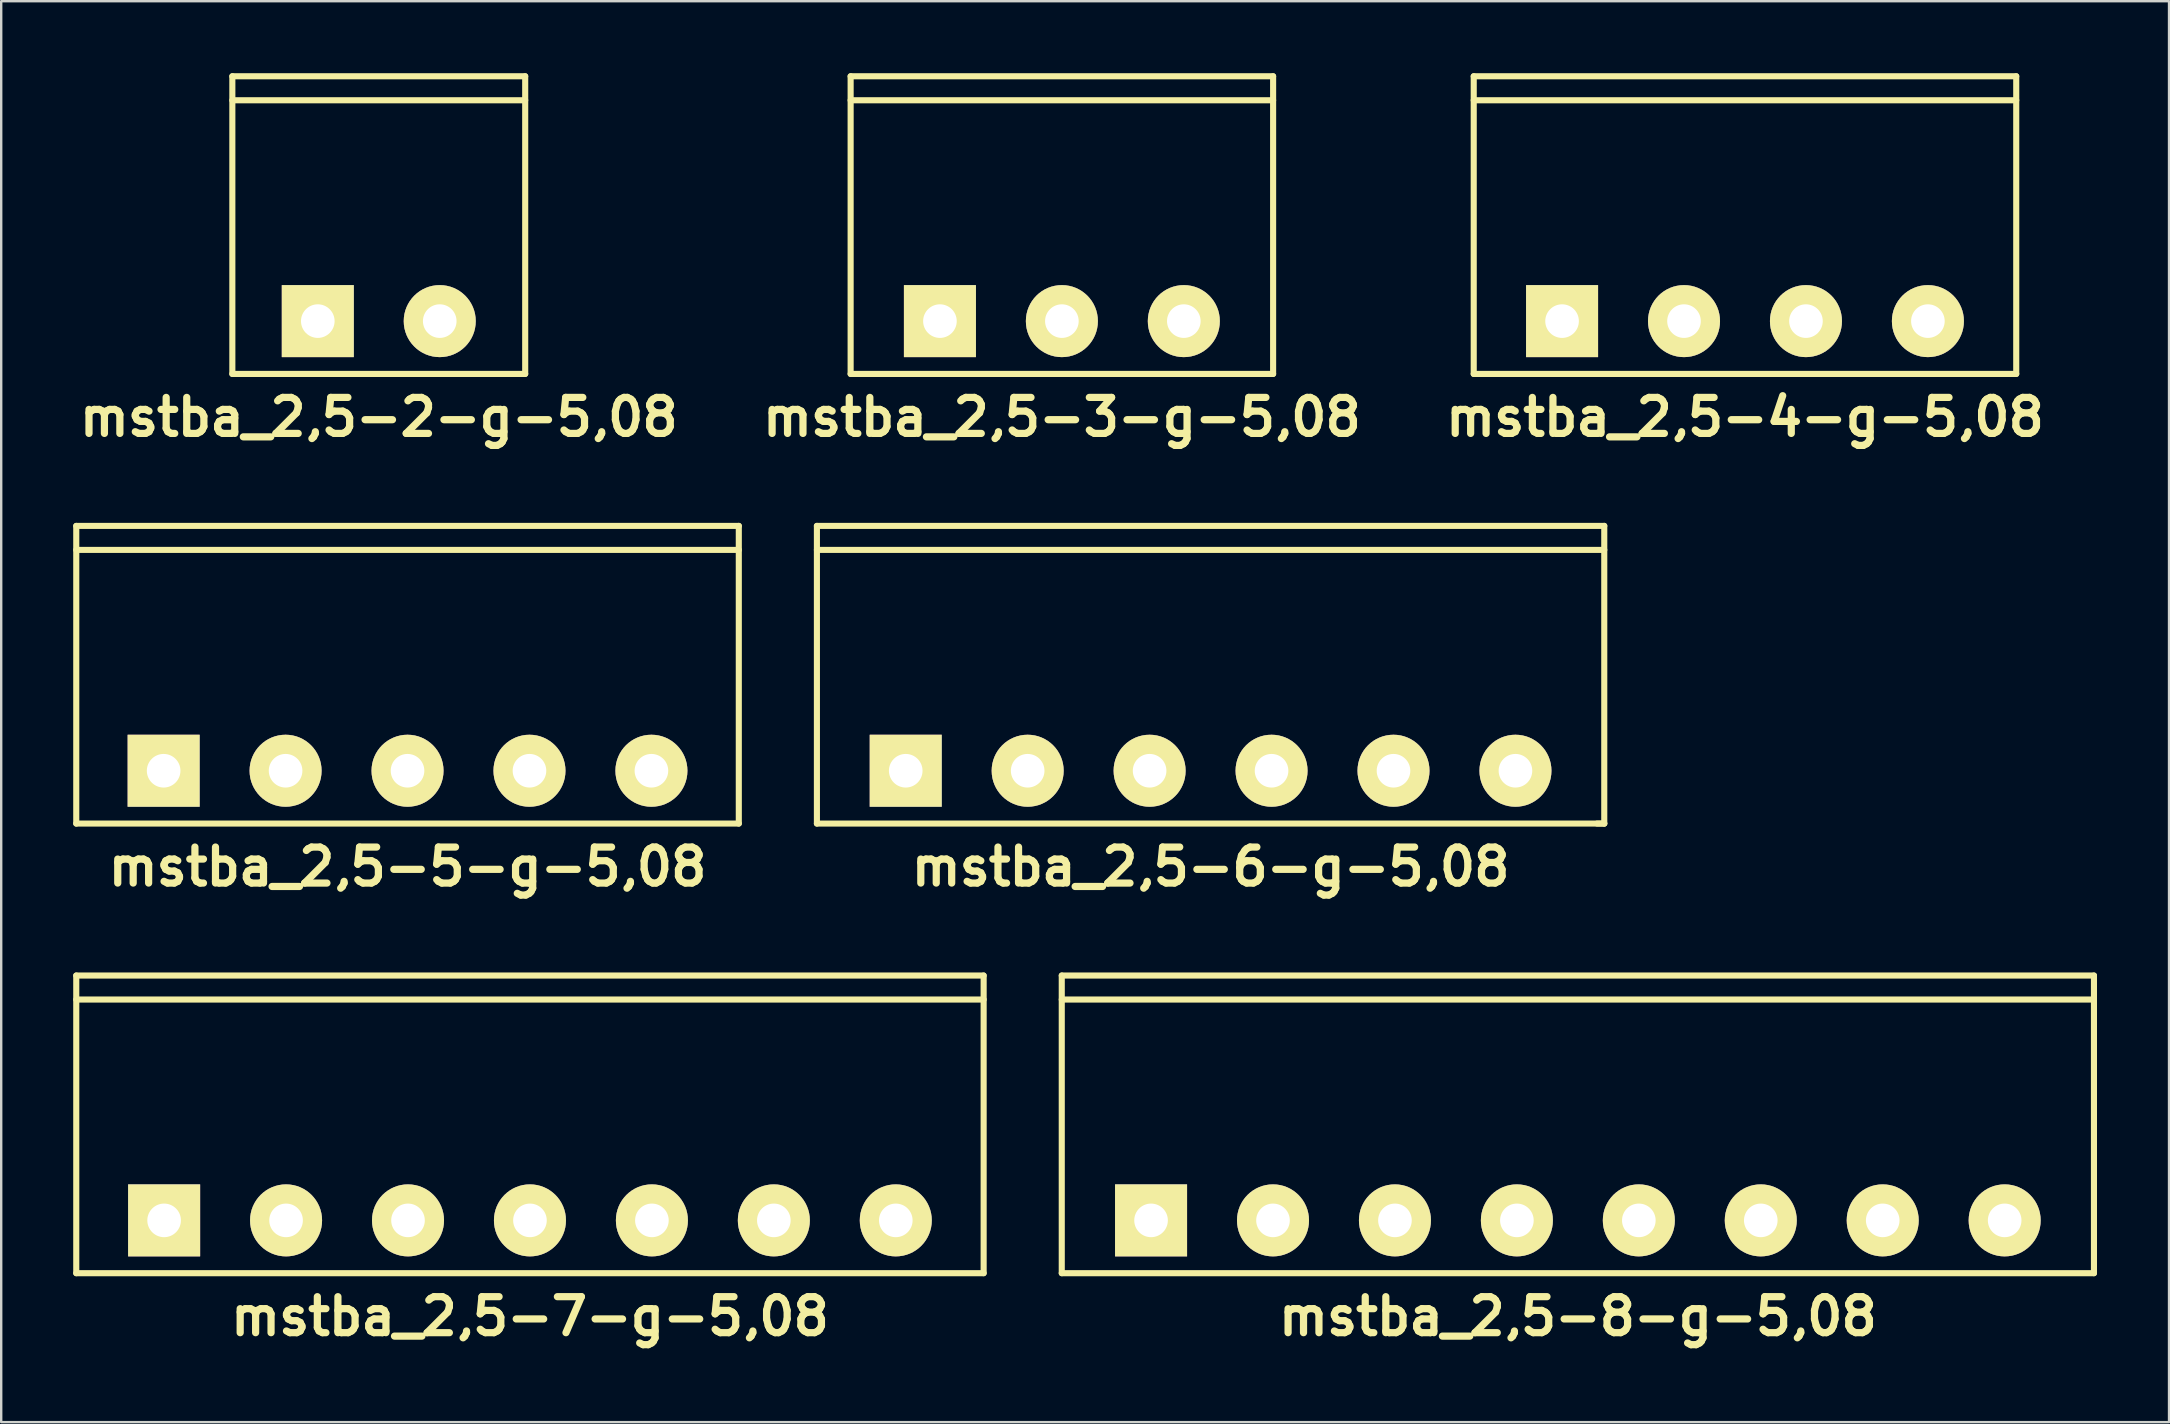
<source format=kicad_pcb>
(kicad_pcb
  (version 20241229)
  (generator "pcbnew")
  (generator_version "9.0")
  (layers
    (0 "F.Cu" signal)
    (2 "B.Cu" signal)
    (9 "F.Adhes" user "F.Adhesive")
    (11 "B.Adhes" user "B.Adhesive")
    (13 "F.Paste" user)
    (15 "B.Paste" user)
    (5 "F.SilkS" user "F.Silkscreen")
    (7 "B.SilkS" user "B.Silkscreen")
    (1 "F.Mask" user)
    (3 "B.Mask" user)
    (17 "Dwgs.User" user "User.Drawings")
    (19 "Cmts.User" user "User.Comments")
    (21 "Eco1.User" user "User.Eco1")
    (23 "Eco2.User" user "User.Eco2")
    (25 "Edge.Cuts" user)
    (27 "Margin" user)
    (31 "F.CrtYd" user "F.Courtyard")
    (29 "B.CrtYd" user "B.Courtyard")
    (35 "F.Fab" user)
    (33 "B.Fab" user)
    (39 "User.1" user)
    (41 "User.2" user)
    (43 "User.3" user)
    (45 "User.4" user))
  (footprint "mstba_2,5-2-g-5,08"
    (layer "F.Cu")
    (at 12.729 10.327)
    (property "Reference" "mstba_2,5-2-g-5,08" (at 0 4 0) (layer "F.SilkS") (effects (font (size 1.5 1.5) (thickness 0.3))))
    (attr through_hole)
    (fp_line (start -6.1 -9.2) (end 6.1 -9.2) (stroke (width 0.254) (type solid)) (layer "F.SilkS"))
    (fp_line (start -6.1 2.2) (end -6.1 -10.2) (stroke (width 0.254) (type solid)) (layer "F.SilkS"))
    (fp_line (start 6.1 -10.2) (end -6.1 -10.2) (stroke (width 0.254) (type solid)) (layer "F.SilkS"))
    (fp_line (start 6.1 2.2) (end -6.1 2.2) (stroke (width 0.254) (type solid)) (layer "F.SilkS"))
    (fp_line (start 6.1 2.2) (end 6.1 -10.2) (stroke (width 0.254) (type solid)) (layer "F.SilkS"))
    (pad "1" thru_hole rect (at -2.54 0) (size 3 3) (drill 1.4) (layers "*.Cu" "*.Mask" "F.SilkS"))
    (pad "2" thru_hole circle (at 2.54 0) (size 3 3) (drill 1.4) (layers "*.Cu" "*.Mask" "F.SilkS")))
  (footprint "mstba_2,5-5-g-5,08"
    (layer "F.Cu")
    (at 13.927 29.058)
    (property "Reference" "mstba_2,5-5-g-5,08" (at 0 4 0) (layer "F.SilkS") (effects (font (size 1.5 1.5) (thickness 0.3))))
    (attr through_hole)
    (fp_line (start -13.8 -10.2) (end 13.8 -10.2) (stroke (width 0.254) (type solid)) (layer "F.SilkS"))
    (fp_line (start -13.8 2.2) (end -13.8 -10.2) (stroke (width 0.254) (type solid)) (layer "F.SilkS"))
    (fp_line (start -13.8 2.2) (end 13.8 2.2) (stroke (width 0.254) (type solid)) (layer "F.SilkS"))
    (fp_line (start 13.8 -10.2) (end 13.8 2.2) (stroke (width 0.254) (type solid)) (layer "F.SilkS"))
    (fp_line (start 13.8 -9.2) (end -13.8 -9.2) (stroke (width 0.254) (type solid)) (layer "F.SilkS"))
    (pad "1" thru_hole rect (at -10.16 0) (size 3 3) (drill 1.4) (layers "*.Cu" "*.Mask" "F.SilkS"))
    (pad "2" thru_hole circle (at -5.08 0) (size 3 3) (drill 1.4) (layers "*.Cu" "*.Mask" "F.SilkS"))
    (pad "3" thru_hole circle (at 0 0) (size 3 3) (drill 1.4) (layers "*.Cu" "*.Mask" "F.SilkS"))
    (pad "4" thru_hole circle (at 5.08 0) (size 3 3) (drill 1.4) (layers "*.Cu" "*.Mask" "F.SilkS"))
    (pad "5" thru_hole circle (at 10.16 0) (size 3 3) (drill 1.4) (layers "*.Cu" "*.Mask" "F.SilkS")))
  (footprint "mstba_2,5-3-g-5,08"
    (layer "F.Cu")
    (at 41.186 10.327)
    (property "Reference" "mstba_2,5-3-g-5,08" (at 0 4 0) (layer "F.SilkS") (effects (font (size 1.5 1.5) (thickness 0.3))))
    (attr through_hole)
    (fp_line (start -8.8 -9.2) (end 8.8 -9.2) (stroke (width 0.254) (type solid)) (layer "F.SilkS"))
    (fp_line (start -8.8 2.2) (end -8.8 -10.2) (stroke (width 0.254) (type solid)) (layer "F.SilkS"))
    (fp_line (start -8.8 2.2) (end 8.8 2.2) (stroke (width 0.254) (type solid)) (layer "F.SilkS"))
    (fp_line (start 8.8 -10.2) (end -8.8 -10.2) (stroke (width 0.254) (type solid)) (layer "F.SilkS"))
    (fp_line (start 8.8 2.2) (end 8.8 -10.2) (stroke (width 0.254) (type solid)) (layer "F.SilkS"))
    (pad "1" thru_hole rect (at -5.08 0) (size 3 3) (drill 1.4) (layers "*.Cu" "*.Mask" "F.SilkS"))
    (pad "2" thru_hole circle (at 0 0) (size 3 3) (drill 1.4) (layers "*.Cu" "*.Mask" "F.SilkS"))
    (pad "3" thru_hole circle (at 5.08 0) (size 3 3) (drill 1.4) (layers "*.Cu" "*.Mask" "F.SilkS")))
  (footprint "mstba_2,5-4-g-5,08"
    (layer "F.Cu")
    (at 69.643 10.327)
    (property "Reference" "mstba_2,5-4-g-5,08" (at 0 4 0) (layer "F.SilkS") (effects (font (size 1.5 1.5) (thickness 0.3))))
    (attr through_hole)
    (fp_line (start -11.3 -9.2) (end 11.3 -9.2) (stroke (width 0.254) (type solid)) (layer "F.SilkS"))
    (fp_line (start -11.3 2.2) (end -11.3 -10.2) (stroke (width 0.254) (type solid)) (layer "F.SilkS"))
    (fp_line (start -11.3 2.2) (end 11.3 2.2) (stroke (width 0.254) (type solid)) (layer "F.SilkS"))
    (fp_line (start 11.3 -10.2) (end -11.3 -10.2) (stroke (width 0.254) (type solid)) (layer "F.SilkS"))
    (fp_line (start 11.3 2.2) (end 11.3 -10.2) (stroke (width 0.254) (type solid)) (layer "F.SilkS"))
    (pad "1" thru_hole rect (at -7.62 0) (size 3 3) (drill 1.4) (layers "*.Cu" "*.Mask" "F.SilkS"))
    (pad "2" thru_hole circle (at -2.54 0) (size 3 3) (drill 1.4) (layers "*.Cu" "*.Mask" "F.SilkS"))
    (pad "3" thru_hole circle (at 2.54 0) (size 3 3) (drill 1.4) (layers "*.Cu" "*.Mask" "F.SilkS"))
    (pad "4" thru_hole circle (at 7.62 0) (size 3 3) (drill 1.4) (layers "*.Cu" "*.Mask" "F.SilkS")))
  (footprint "mstba_2,5-6-g-5,08"
    (layer "F.Cu")
    (at 47.381 29.058)
    (property "Reference" "mstba_2,5-6-g-5,08" (at 0 4 0) (layer "F.SilkS") (effects (font (size 1.5 1.5) (thickness 0.3))))
    (attr through_hole)
    (fp_line (start -16.4 -10.2) (end 16.4 -10.2) (stroke (width 0.254) (type solid)) (layer "F.SilkS"))
    (fp_line (start -16.4 2.2) (end -16.4 -10.2) (stroke (width 0.254) (type solid)) (layer "F.SilkS"))
    (fp_line (start -16.4 2.2) (end 16.4 2.2) (stroke (width 0.254) (type solid)) (layer "F.SilkS"))
    (fp_line (start 16.4 -10.2) (end 16.4 2.2) (stroke (width 0.254) (type solid)) (layer "F.SilkS"))
    (fp_line (start 16.4 -9.2) (end -16.4 -9.2) (stroke (width 0.254) (type solid)) (layer "F.SilkS"))
    (fp_line (start 16.4 2.2) (end 16.101 2.2) (stroke (width 0.254) (type solid)) (layer "F.SilkS"))
    (pad "1" thru_hole rect (at -12.7 0) (size 3 3) (drill 1.4) (layers "*.Cu" "*.Mask" "F.SilkS"))
    (pad "2" thru_hole circle (at -7.62 0) (size 3 3) (drill 1.4) (layers "*.Cu" "*.Mask" "F.SilkS"))
    (pad "3" thru_hole circle (at -2.54 0) (size 3 3) (drill 1.4) (layers "*.Cu" "*.Mask" "F.SilkS"))
    (pad "4" thru_hole circle (at 2.54 0) (size 3 3) (drill 1.4) (layers "*.Cu" "*.Mask" "F.SilkS"))
    (pad "5" thru_hole circle (at 7.62 0) (size 3 3) (drill 1.4) (layers "*.Cu" "*.Mask" "F.SilkS"))
    (pad "6" thru_hole circle (at 12.7 0) (size 3 3) (drill 1.4) (layers "*.Cu" "*.Mask" "F.SilkS")))
  (footprint "mstba_2,5-8-g-5,08"
    (layer "F.Cu")
    (at 62.681 47.789)
    (property "Reference" "mstba_2,5-8-g-5,08" (at 0 4 0) (layer "F.SilkS") (effects (font (size 1.5 1.5) (thickness 0.3))))
    (attr through_hole)
    (fp_line (start -21.5 -10.2) (end -21.5 2.2) (stroke (width 0.254) (type solid)) (layer "F.SilkS"))
    (fp_line (start -21.5 -9.2) (end 21.5 -9.2) (stroke (width 0.254) (type solid)) (layer "F.SilkS"))
    (fp_line (start -21.5 2.2) (end 21.5 2.2) (stroke (width 0.254) (type solid)) (layer "F.SilkS"))
    (fp_line (start 21.5 -10.2) (end -21.5 -10.2) (stroke (width 0.254) (type solid)) (layer "F.SilkS"))
    (fp_line (start 21.5 2.2) (end 21.5 -10.2) (stroke (width 0.254) (type solid)) (layer "F.SilkS"))
    (pad "1" thru_hole rect (at -17.78 0) (size 3 3) (drill 1.4) (layers "*.Cu" "*.Mask" "F.SilkS"))
    (pad "2" thru_hole circle (at -12.7 0) (size 3 3) (drill 1.4) (layers "*.Cu" "*.Mask" "F.SilkS"))
    (pad "3" thru_hole circle (at -7.62 0) (size 3 3) (drill 1.4) (layers "*.Cu" "*.Mask" "F.SilkS"))
    (pad "4" thru_hole circle (at -2.54 0) (size 3 3) (drill 1.4) (layers "*.Cu" "*.Mask" "F.SilkS"))
    (pad "5" thru_hole circle (at 2.54 0) (size 3 3) (drill 1.4) (layers "*.Cu" "*.Mask" "F.SilkS"))
    (pad "6" thru_hole circle (at 7.62 0) (size 3 3) (drill 1.4) (layers "*.Cu" "*.Mask" "F.SilkS"))
    (pad "7" thru_hole circle (at 12.7 0) (size 3 3) (drill 1.4) (layers "*.Cu" "*.Mask" "F.SilkS"))
    (pad "8" thru_hole circle (at 17.78 0) (size 3 3) (drill 1.4) (layers "*.Cu" "*.Mask" "F.SilkS")))
  (footprint "mstba_2,5-7-g-5,08"
    (layer "F.Cu")
    (at 19.027 47.789)
    (property "Reference" "mstba_2,5-7-g-5,08" (at 0 4 0) (layer "F.SilkS") (effects (font (size 1.5 1.5) (thickness 0.3))))
    (attr through_hole)
    (fp_line (start -18.9 -10.2) (end -18.9 2.2) (stroke (width 0.254) (type solid)) (layer "F.SilkS"))
    (fp_line (start -18.9 -10.2) (end 18.9 -10.2) (stroke (width 0.254) (type solid)) (layer "F.SilkS"))
    (fp_line (start -18.9 2.2) (end 18.9 2.2) (stroke (width 0.254) (type solid)) (layer "F.SilkS"))
    (fp_line (start 18.9 -9.2) (end -18.9 -9.2) (stroke (width 0.254) (type solid)) (layer "F.SilkS"))
    (fp_line (start 18.9 2.2) (end 18.9 -10.2) (stroke (width 0.254) (type solid)) (layer "F.SilkS"))
    (pad "1" thru_hole rect (at -15.24 0) (size 3 3) (drill 1.4) (layers "*.Cu" "*.Mask" "F.SilkS"))
    (pad "2" thru_hole circle (at -10.16 0) (size 3 3) (drill 1.4) (layers "*.Cu" "*.Mask" "F.SilkS"))
    (pad "3" thru_hole circle (at -5.08 0) (size 3 3) (drill 1.4) (layers "*.Cu" "*.Mask" "F.SilkS"))
    (pad "4" thru_hole circle (at 0 0) (size 3 3) (drill 1.4) (layers "*.Cu" "*.Mask" "F.SilkS"))
    (pad "5" thru_hole circle (at 5.08 0) (size 3 3) (drill 1.4) (layers "*.Cu" "*.Mask" "F.SilkS"))
    (pad "6" thru_hole circle (at 10.16 0) (size 3 3) (drill 1.4) (layers "*.Cu" "*.Mask" "F.SilkS"))
    (pad "7" thru_hole circle (at 15.24 0) (size 3 3) (drill 1.4) (layers "*.Cu" "*.Mask" "F.SilkS")))
  (gr_rect
    (start -3 -3)
    (end 87.308 56.193)
    (stroke (width 0.1) (type default))
    (fill no)
    (layer "Edge.Cuts")))
</source>
